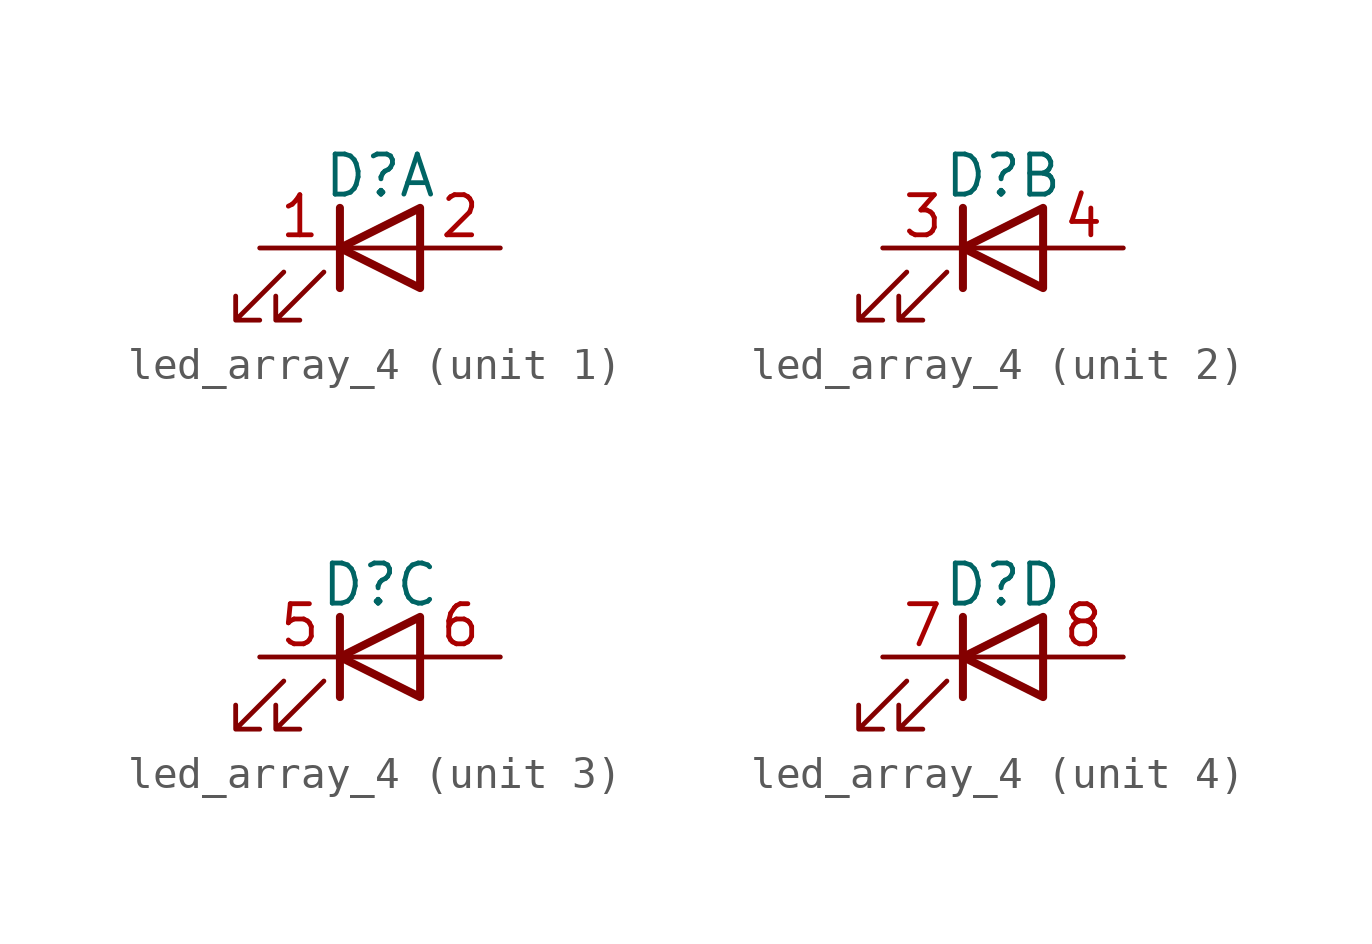
<source format=kicad_sym>
(kicad_symbol_lib
  (version 20231120)
  (generator "kicad_symbol_editor")
  (generator_version "8.0")
  (symbol "led_array_4"
    (property "Reference" "D"
      (at 0 2.286 0)
      (effects (font (size 1.27 1.27))))
    (property "Value" ""
      (at 0 0 0)
      (effects (font (size 1.27 1.27))))
    (symbol "led_array_4_1_1"
      (polyline (pts (xy -1.27 -1.27) (xy -1.27 1.27)) (stroke (width 0.254) (type default)) (fill (type none)))
      (polyline (pts (xy -1.27 0) (xy 1.27 0)) (stroke (width 0) (type default)) (fill (type none)))
      (polyline (pts (xy 1.27 -1.27) (xy 1.27 1.27) (xy -1.27 0) (xy 1.27 -1.27)) (stroke (width 0.254) (type default)) (fill (type none)))
      (polyline (pts (xy -3.048 -0.762) (xy -4.572 -2.286) (xy -3.81 -2.286) (xy -4.572 -2.286) (xy -4.572 -1.524)) (stroke (width 0) (type default)) (fill (type none)))
      (polyline (pts (xy -1.778 -0.762) (xy -3.302 -2.286) (xy -2.54 -2.286) (xy -3.302 -2.286) (xy -3.302 -1.524)) (stroke (width 0) (type default)) (fill (type none)))
      (pin passive line (at -3.81 0 0) (length 2.54) (name "" (effects (font (size 1.27 1.27)))) (number "1" (effects (font (size 1.27 1.27)))))
      (pin passive line (at 3.81 0 180) (length 2.54) (name "" (effects (font (size 1.27 1.27)))) (number "2" (effects (font (size 1.27 1.27))))))
    (symbol "led_array_4_2_1"
      (polyline (pts (xy -1.27 -1.27) (xy -1.27 1.27)) (stroke (width 0.254) (type default)) (fill (type none)))
      (polyline (pts (xy -1.27 0) (xy 1.27 0)) (stroke (width 0) (type default)) (fill (type none)))
      (polyline (pts (xy 1.27 -1.27) (xy 1.27 1.27) (xy -1.27 0) (xy 1.27 -1.27)) (stroke (width 0.254) (type default)) (fill (type none)))
      (polyline (pts (xy -3.048 -0.762) (xy -4.572 -2.286) (xy -3.81 -2.286) (xy -4.572 -2.286) (xy -4.572 -1.524)) (stroke (width 0) (type default)) (fill (type none)))
      (polyline (pts (xy -1.778 -0.762) (xy -3.302 -2.286) (xy -2.54 -2.286) (xy -3.302 -2.286) (xy -3.302 -1.524)) (stroke (width 0) (type default)) (fill (type none)))
      (pin passive line (at -3.81 0 0) (length 2.54) (name "" (effects (font (size 1.27 1.27)))) (number "3" (effects (font (size 1.27 1.27)))))
      (pin passive line (at 3.81 0 180) (length 2.54) (name "" (effects (font (size 1.27 1.27)))) (number "4" (effects (font (size 1.27 1.27))))))
    (symbol "led_array_4_3_1"
      (polyline (pts (xy -1.27 -1.27) (xy -1.27 1.27)) (stroke (width 0.254) (type default)) (fill (type none)))
      (polyline (pts (xy -1.27 0) (xy 1.27 0)) (stroke (width 0) (type default)) (fill (type none)))
      (polyline (pts (xy 1.27 -1.27) (xy 1.27 1.27) (xy -1.27 0) (xy 1.27 -1.27)) (stroke (width 0.254) (type default)) (fill (type none)))
      (polyline (pts (xy -3.048 -0.762) (xy -4.572 -2.286) (xy -3.81 -2.286) (xy -4.572 -2.286) (xy -4.572 -1.524)) (stroke (width 0) (type default)) (fill (type none)))
      (polyline (pts (xy -1.778 -0.762) (xy -3.302 -2.286) (xy -2.54 -2.286) (xy -3.302 -2.286) (xy -3.302 -1.524)) (stroke (width 0) (type default)) (fill (type none)))
      (pin passive line (at -3.81 0 0) (length 2.54) (name "" (effects (font (size 1.27 1.27)))) (number "5" (effects (font (size 1.27 1.27)))))
      (pin passive line (at 3.81 0 180) (length 2.54) (name "" (effects (font (size 1.27 1.27)))) (number "6" (effects (font (size 1.27 1.27))))))
    (symbol "led_array_4_4_1"
      (polyline (pts (xy -1.27 -1.27) (xy -1.27 1.27)) (stroke (width 0.254) (type default)) (fill (type none)))
      (polyline (pts (xy -1.27 0) (xy 1.27 0)) (stroke (width 0) (type default)) (fill (type none)))
      (polyline (pts (xy 1.27 -1.27) (xy 1.27 1.27) (xy -1.27 0) (xy 1.27 -1.27)) (stroke (width 0.254) (type default)) (fill (type none)))
      (polyline (pts (xy -3.048 -0.762) (xy -4.572 -2.286) (xy -3.81 -2.286) (xy -4.572 -2.286) (xy -4.572 -1.524)) (stroke (width 0) (type default)) (fill (type none)))
      (polyline (pts (xy -1.778 -0.762) (xy -3.302 -2.286) (xy -2.54 -2.286) (xy -3.302 -2.286) (xy -3.302 -1.524)) (stroke (width 0) (type default)) (fill (type none)))
      (pin passive line (at -3.81 0 0) (length 2.54) (name "" (effects (font (size 1.27 1.27)))) (number "7" (effects (font (size 1.27 1.27)))))
      (pin passive line (at 3.81 0 180) (length 2.54) (name "" (effects (font (size 1.27 1.27)))) (number "8" (effects (font (size 1.27 1.27))))))))
</source>
